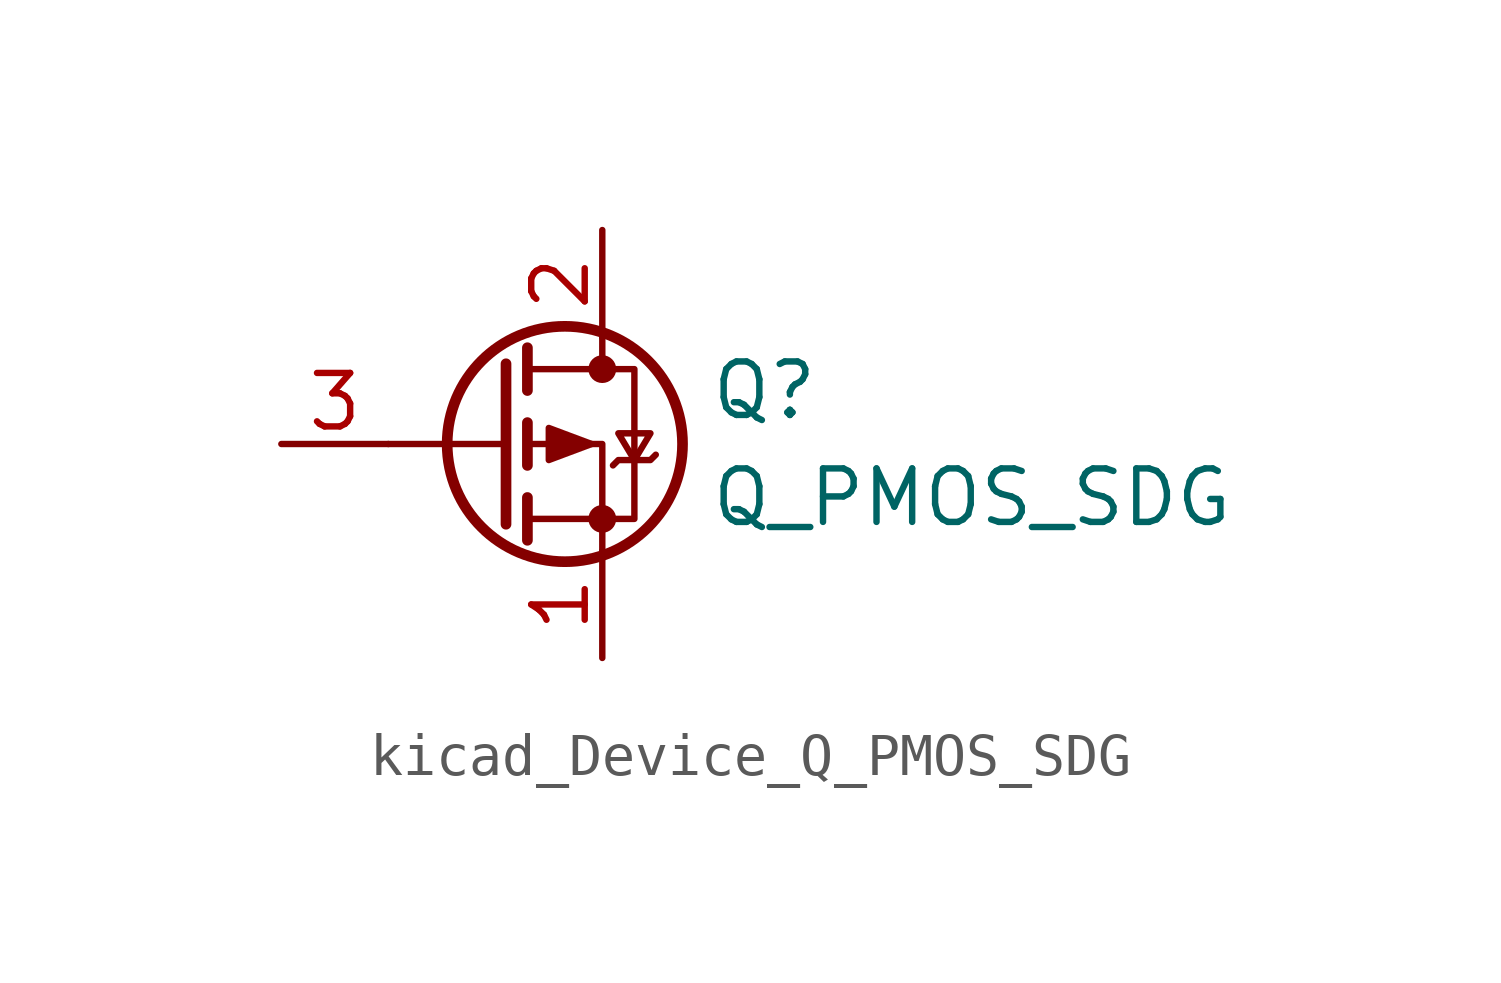
<source format=kicad_sym>
(kicad_symbol_lib
  (version 20220914)
  (generator kicad_symbol_editor)
  (symbol "kicad_Device_Q_PMOS_SDG"
    (pin_names
      (offset 0) hide)
    (property "Reference" "Q"
      (at 5.08 1.27 0)
      (effects (font (size 1.27 1.27)) (justify left)))
    (property "Value" "Q_PMOS_SDG"
      (at 5.08 -1.27 0)
      (effects (font (size 1.27 1.27)) (justify left)))
    (symbol "kicad_Device_Q_PMOS_SDG_0_1"
      (polyline (pts (xy 0.254 0) (xy -2.54 0)) (stroke (width 0) (type default)) (fill (type none)))
      (polyline (pts (xy 0.254 1.905) (xy 0.254 -1.905)) (stroke (width 0.254) (type default)) (fill (type none)))
      (polyline (pts (xy 0.762 -1.27) (xy 0.762 -2.286)) (stroke (width 0.254) (type default)) (fill (type none)))
      (polyline (pts (xy 0.762 0.508) (xy 0.762 -0.508)) (stroke (width 0.254) (type default)) (fill (type none)))
      (polyline (pts (xy 0.762 2.286) (xy 0.762 1.27)) (stroke (width 0.254) (type default)) (fill (type none)))
      (polyline (pts (xy 2.54 2.54) (xy 2.54 1.778)) (stroke (width 0) (type default)) (fill (type none)))
      (polyline (pts (xy 2.54 -2.54) (xy 2.54 0) (xy 0.762 0)) (stroke (width 0) (type default)) (fill (type none)))
      (polyline (pts (xy 0.762 1.778) (xy 3.302 1.778) (xy 3.302 -1.778) (xy 0.762 -1.778)) (stroke (width 0) (type default)) (fill (type none)))
      (polyline (pts (xy 2.286 0) (xy 1.27 0.381) (xy 1.27 -0.381) (xy 2.286 0)) (stroke (width 0) (type default)) (fill (type outline)))
      (polyline (pts (xy 2.794 -0.508) (xy 2.921 -0.381) (xy 3.683 -0.381) (xy 3.81 -0.254)) (stroke (width 0) (type default)) (fill (type none)))
      (polyline (pts (xy 3.302 -0.381) (xy 2.921 0.254) (xy 3.683 0.254) (xy 3.302 -0.381)) (stroke (width 0) (type default)) (fill (type none)))
      (circle (center 1.651 0) (radius 2.794) (stroke (width 0.254) (type default)) (fill (type none)))
      (circle (center 2.54 -1.778) (radius 0.254) (stroke (width 0) (type default)) (fill (type outline)))
      (circle (center 2.54 1.778) (radius 0.254) (stroke (width 0) (type default)) (fill (type outline))))
    (symbol "kicad_Device_Q_PMOS_SDG_1_1"
      (pin passive line (at 2.54 -5.08 90) (length 2.54) (name "S" (effects (font (size 1.27 1.27)))) (number "1" (effects (font (size 1.27 1.27)))))
      (pin passive line (at 2.54 5.08 270) (length 2.54) (name "D" (effects (font (size 1.27 1.27)))) (number "2" (effects (font (size 1.27 1.27)))))
      (pin input line (at -5.08 0 0) (length 2.54) (name "G" (effects (font (size 1.27 1.27)))) (number "3" (effects (font (size 1.27 1.27))))))))
</source>
